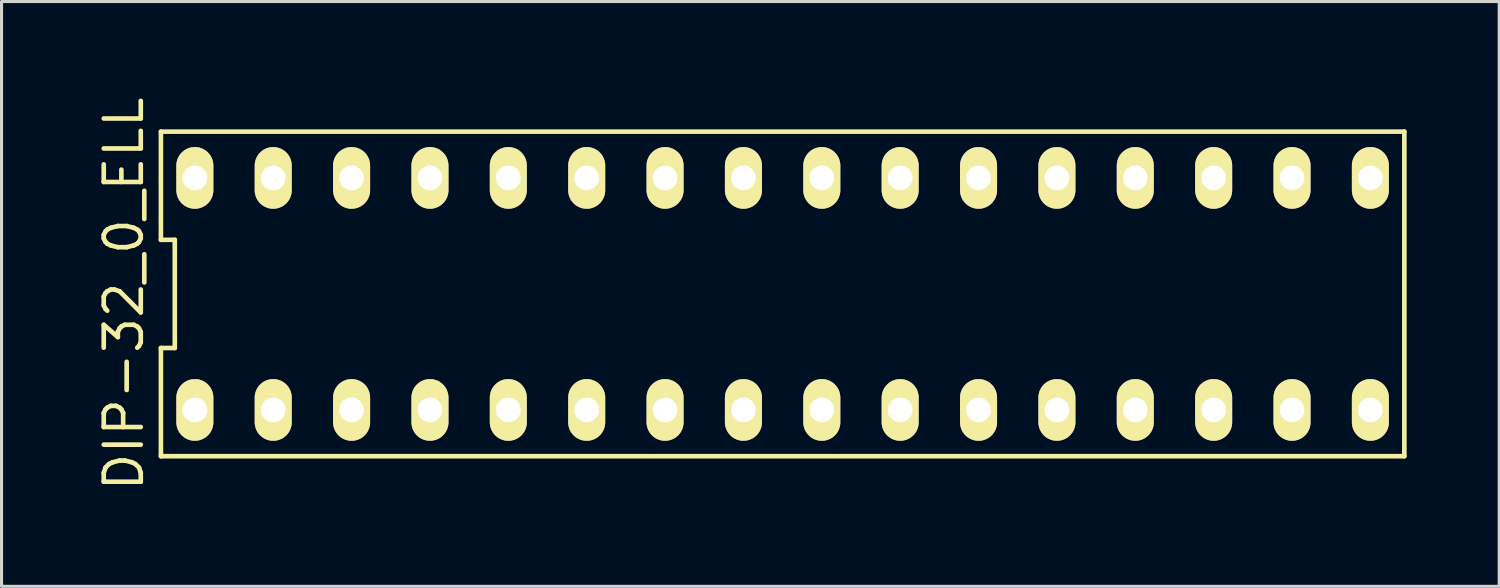
<source format=kicad_pcb>
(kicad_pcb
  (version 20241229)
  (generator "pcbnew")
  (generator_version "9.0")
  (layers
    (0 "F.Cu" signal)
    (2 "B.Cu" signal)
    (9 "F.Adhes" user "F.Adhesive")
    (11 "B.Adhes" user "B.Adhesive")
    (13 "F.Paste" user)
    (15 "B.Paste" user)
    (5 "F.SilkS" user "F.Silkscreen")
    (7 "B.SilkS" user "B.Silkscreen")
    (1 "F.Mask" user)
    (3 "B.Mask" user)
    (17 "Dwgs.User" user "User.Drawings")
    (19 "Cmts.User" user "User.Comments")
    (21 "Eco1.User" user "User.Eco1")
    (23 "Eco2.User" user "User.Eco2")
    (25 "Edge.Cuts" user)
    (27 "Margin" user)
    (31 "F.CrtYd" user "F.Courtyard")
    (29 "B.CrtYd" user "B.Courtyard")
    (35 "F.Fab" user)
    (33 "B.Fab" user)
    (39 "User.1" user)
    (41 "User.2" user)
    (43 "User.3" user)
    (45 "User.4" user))
  (footprint "DIP-32_0_ELL"
    (layer "F.Cu")
    (at 22.315 6.476)
    (property "Reference" "DIP-32_0_ELL" (at -21.35 0 90) (layer "F.SilkS") (effects (font (size 1.2 1.2) (thickness 0.15))))
    (attr through_hole)
    (fp_line (start -20.15 -5.26) (end -20.15 -1.753) (stroke (width 0.15) (type solid)) (layer "F.SilkS"))
    (fp_line (start -20.15 -1.753) (end -19.7 -1.753) (stroke (width 0.15) (type solid)) (layer "F.SilkS"))
    (fp_line (start -20.15 1.753) (end -20.15 5.26) (stroke (width 0.15) (type solid)) (layer "F.SilkS"))
    (fp_line (start -20.15 5.26) (end 20.15 5.26) (stroke (width 0.15) (type solid)) (layer "F.SilkS"))
    (fp_line (start -19.7 -1.753) (end -19.7 1.753) (stroke (width 0.15) (type solid)) (layer "F.SilkS"))
    (fp_line (start -19.7 1.753) (end -20.15 1.753) (stroke (width 0.15) (type solid)) (layer "F.SilkS"))
    (fp_line (start 20.15 -5.26) (end -20.15 -5.26) (stroke (width 0.15) (type solid)) (layer "F.SilkS"))
    (fp_line (start 20.15 5.26) (end 20.15 -5.26) (stroke (width 0.15) (type solid)) (layer "F.SilkS"))
    (pad "1" thru_hole oval (at -19.05 3.76) (size 1.2 2) (drill 0.8) (layers "*.Cu" "*.Mask" "F.SilkS"))
    (pad "2" thru_hole oval (at -16.51 3.76) (size 1.2 2) (drill 0.8) (layers "*.Cu" "*.Mask" "F.SilkS"))
    (pad "3" thru_hole oval (at -13.97 3.76) (size 1.2 2) (drill 0.8) (layers "*.Cu" "*.Mask" "F.SilkS"))
    (pad "4" thru_hole oval (at -11.43 3.76) (size 1.2 2) (drill 0.8) (layers "*.Cu" "*.Mask" "F.SilkS"))
    (pad "5" thru_hole oval (at -8.89 3.76) (size 1.2 2) (drill 0.8) (layers "*.Cu" "*.Mask" "F.SilkS"))
    (pad "6" thru_hole oval (at -6.35 3.76) (size 1.2 2) (drill 0.8) (layers "*.Cu" "*.Mask" "F.SilkS"))
    (pad "7" thru_hole oval (at -3.81 3.76) (size 1.2 2) (drill 0.8) (layers "*.Cu" "*.Mask" "F.SilkS"))
    (pad "8" thru_hole oval (at -1.27 3.76) (size 1.2 2) (drill 0.8) (layers "*.Cu" "*.Mask" "F.SilkS"))
    (pad "9" thru_hole oval (at 1.27 3.76) (size 1.2 2) (drill 0.8) (layers "*.Cu" "*.Mask" "F.SilkS"))
    (pad "10" thru_hole oval (at 3.81 3.76) (size 1.2 2) (drill 0.8) (layers "*.Cu" "*.Mask" "F.SilkS"))
    (pad "11" thru_hole oval (at 6.35 3.76) (size 1.2 2) (drill 0.8) (layers "*.Cu" "*.Mask" "F.SilkS"))
    (pad "12" thru_hole oval (at 8.89 3.76) (size 1.2 2) (drill 0.8) (layers "*.Cu" "*.Mask" "F.SilkS"))
    (pad "13" thru_hole oval (at 11.43 3.76) (size 1.2 2) (drill 0.8) (layers "*.Cu" "*.Mask" "F.SilkS"))
    (pad "14" thru_hole oval (at 13.97 3.76) (size 1.2 2) (drill 0.8) (layers "*.Cu" "*.Mask" "F.SilkS"))
    (pad "15" thru_hole oval (at 16.51 3.76) (size 1.2 2) (drill 0.8) (layers "*.Cu" "*.Mask" "F.SilkS"))
    (pad "16" thru_hole oval (at 19.05 3.76) (size 1.2 2) (drill 0.8) (layers "*.Cu" "*.Mask" "F.SilkS"))
    (pad "17" thru_hole oval (at 19.05 -3.76) (size 1.2 2) (drill 0.8) (layers "*.Cu" "*.Mask" "F.SilkS"))
    (pad "18" thru_hole oval (at 16.51 -3.76) (size 1.2 2) (drill 0.8) (layers "*.Cu" "*.Mask" "F.SilkS"))
    (pad "19" thru_hole oval (at 13.97 -3.76) (size 1.2 2) (drill 0.8) (layers "*.Cu" "*.Mask" "F.SilkS"))
    (pad "20" thru_hole oval (at 11.43 -3.76) (size 1.2 2) (drill 0.8) (layers "*.Cu" "*.Mask" "F.SilkS"))
    (pad "21" thru_hole oval (at 8.89 -3.76) (size 1.2 2) (drill 0.8) (layers "*.Cu" "*.Mask" "F.SilkS"))
    (pad "22" thru_hole oval (at 6.35 -3.76) (size 1.2 2) (drill 0.8) (layers "*.Cu" "*.Mask" "F.SilkS"))
    (pad "23" thru_hole oval (at 3.81 -3.76) (size 1.2 2) (drill 0.8) (layers "*.Cu" "*.Mask" "F.SilkS"))
    (pad "24" thru_hole oval (at 1.27 -3.76) (size 1.2 2) (drill 0.8) (layers "*.Cu" "*.Mask" "F.SilkS"))
    (pad "25" thru_hole oval (at -1.27 -3.76) (size 1.2 2) (drill 0.8) (layers "*.Cu" "*.Mask" "F.SilkS"))
    (pad "26" thru_hole oval (at -3.81 -3.76) (size 1.2 2) (drill 0.8) (layers "*.Cu" "*.Mask" "F.SilkS"))
    (pad "27" thru_hole oval (at -6.35 -3.76) (size 1.2 2) (drill 0.8) (layers "*.Cu" "*.Mask" "F.SilkS"))
    (pad "28" thru_hole oval (at -8.89 -3.76) (size 1.2 2) (drill 0.8) (layers "*.Cu" "*.Mask" "F.SilkS"))
    (pad "29" thru_hole oval (at -11.43 -3.76) (size 1.2 2) (drill 0.8) (layers "*.Cu" "*.Mask" "F.SilkS"))
    (pad "30" thru_hole oval (at -13.97 -3.76) (size 1.2 2) (drill 0.8) (layers "*.Cu" "*.Mask" "F.SilkS"))
    (pad "31" thru_hole oval (at -16.51 -3.76) (size 1.2 2) (drill 0.8) (layers "*.Cu" "*.Mask" "F.SilkS"))
    (pad "32" thru_hole oval (at -19.05 -3.76) (size 1.2 2) (drill 0.8) (layers "*.Cu" "*.Mask" "F.SilkS")))
  (gr_rect
    (start -3 -3)
    (end 45.54 15.953)
    (stroke (width 0.1) (type default))
    (fill no)
    (layer "Edge.Cuts")))
</source>
